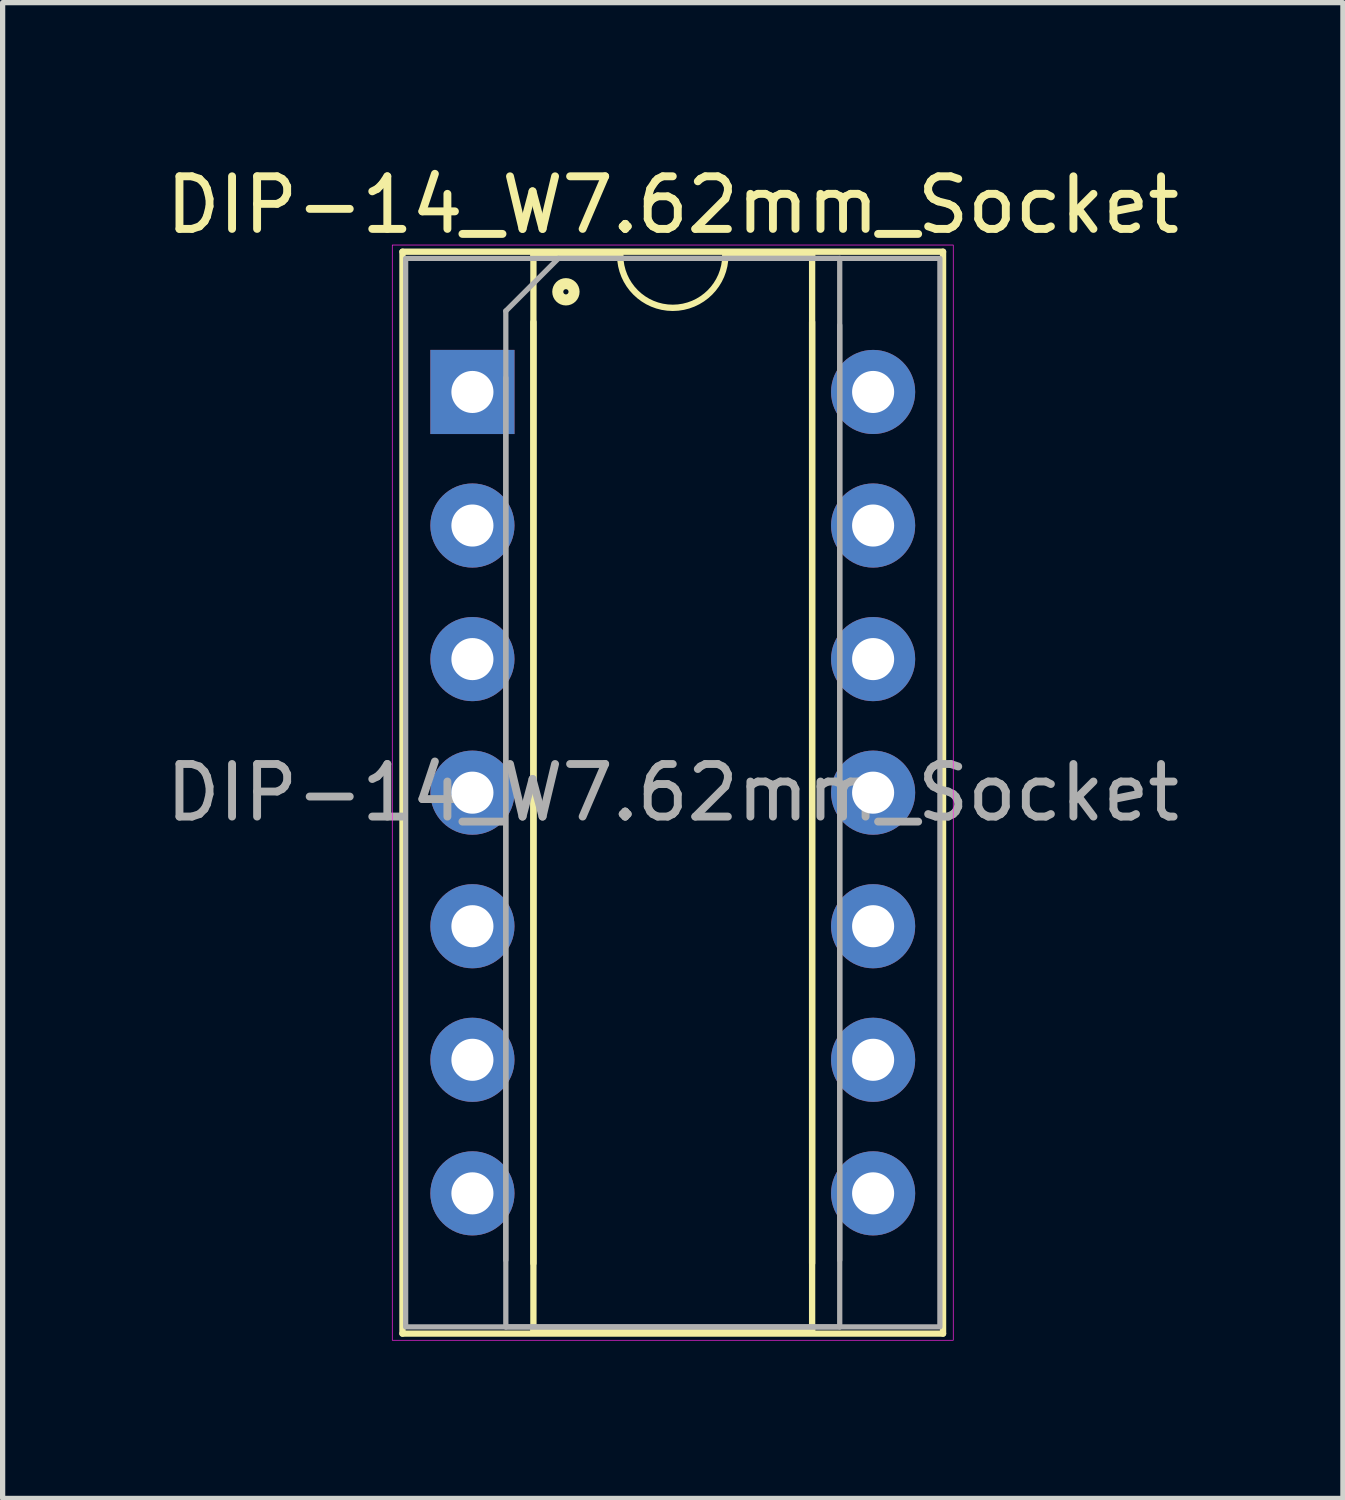
<source format=kicad_pcb>
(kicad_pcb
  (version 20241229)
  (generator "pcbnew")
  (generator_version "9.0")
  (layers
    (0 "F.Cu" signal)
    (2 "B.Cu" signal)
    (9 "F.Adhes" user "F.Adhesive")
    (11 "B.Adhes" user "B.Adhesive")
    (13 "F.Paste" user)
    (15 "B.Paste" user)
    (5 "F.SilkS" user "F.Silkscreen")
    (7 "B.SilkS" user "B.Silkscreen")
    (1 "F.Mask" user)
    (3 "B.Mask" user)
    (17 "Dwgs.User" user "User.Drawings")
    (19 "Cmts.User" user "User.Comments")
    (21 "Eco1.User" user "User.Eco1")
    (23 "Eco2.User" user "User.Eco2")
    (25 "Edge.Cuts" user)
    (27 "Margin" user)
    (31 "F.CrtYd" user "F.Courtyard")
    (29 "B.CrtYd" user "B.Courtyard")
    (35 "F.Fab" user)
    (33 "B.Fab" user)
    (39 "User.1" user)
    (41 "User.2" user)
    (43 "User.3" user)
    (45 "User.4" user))
  (footprint "DIP-14_W7.62mm_Socket"
    (layer "F.Cu")
    (at 5.934 4.404)
    (property "Reference" "DIP-14_W7.62mm_Socket" (at 3.81 -3.556 0) (layer "F.SilkS") (effects (font (size 1 1) (thickness 0.15))))
    (attr through_hole)
    (fp_line (start -1.33 -2.667) (end -1.33 17.907) (stroke (width 0.12) (type solid)) (layer "F.SilkS"))
    (fp_line (start -1.33 17.907) (end 8.95 17.907) (stroke (width 0.12) (type solid)) (layer "F.SilkS"))
    (fp_line (start 1.16 -2.6) (end 1.16 17.84) (stroke (width 0.12) (type solid)) (layer "F.SilkS"))
    (fp_line (start 1.16 -1.33) (end 1.16 16.57) (stroke (width 0.12) (type solid)) (layer "F.SilkS"))
    (fp_line (start 1.16 17.84) (end 6.46 17.84) (stroke (width 0.12) (type solid)) (layer "F.SilkS"))
    (fp_line (start 2.81 -2.6) (end 1.16 -2.6) (stroke (width 0.12) (type solid)) (layer "F.SilkS"))
    (fp_line (start 6.46 -2.6) (end 4.81 -2.6) (stroke (width 0.12) (type solid)) (layer "F.SilkS"))
    (fp_line (start 6.46 16.57) (end 6.46 -1.33) (stroke (width 0.12) (type solid)) (layer "F.SilkS"))
    (fp_line (start 6.46 17.84) (end 6.46 -2.6) (stroke (width 0.12) (type solid)) (layer "F.SilkS"))
    (fp_line (start 8.95 -2.667) (end -1.33 -2.667) (stroke (width 0.12) (type solid)) (layer "F.SilkS"))
    (fp_line (start 8.95 17.907) (end 8.95 -2.667) (stroke (width 0.12) (type solid)) (layer "F.SilkS"))
    (fp_arc (start 4.81 -2.6) (mid 3.81 -1.6) (end 2.81 -2.6) (stroke (width 0.12) (type solid)) (layer "F.SilkS"))
    (fp_circle (center 1.778 -1.905) (end 1.828 -1.905) (stroke (width 0.12) (type solid)) (fill no) (layer "F.SilkS"))
    (fp_circle (center 1.778 -1.905) (end 1.903 -1.905) (stroke (width 0.12) (type solid)) (fill no) (layer "F.SilkS"))
    (fp_circle (center 1.778 -1.905) (end 1.978 -1.905) (stroke (width 0.12) (type solid)) (fill no) (layer "F.SilkS"))
    (fp_rect (start -1.524 -2.794) (end 9.144 18.034) (stroke (width 0.013) (type solid)) (fill no) (layer "F.CrtYd"))
    (fp_line (start 0.635 -1.54) (end 1.635 -2.54) (stroke (width 0.1) (type solid)) (layer "F.Fab"))
    (fp_line (start 0.635 16.51) (end 0.635 -0.27) (stroke (width 0.1) (type solid)) (layer "F.Fab"))
    (fp_line (start 0.635 17.78) (end 0.635 -1.54) (stroke (width 0.1) (type solid)) (layer "F.Fab"))
    (fp_line (start 1.635 -2.54) (end 6.985 -2.54) (stroke (width 0.1) (type solid)) (layer "F.Fab"))
    (fp_line (start 6.985 -2.54) (end 6.985 17.78) (stroke (width 0.1) (type solid)) (layer "F.Fab"))
    (fp_line (start 6.985 -1.27) (end 6.985 16.51) (stroke (width 0.1) (type solid)) (layer "F.Fab"))
    (fp_line (start 6.985 17.78) (end 0.635 17.78) (stroke (width 0.1) (type solid)) (layer "F.Fab"))
    (fp_rect (start -1.27 -2.54) (end 8.89 17.78) (stroke (width 0.1) (type solid)) (fill no) (layer "F.Fab"))
    (fp_text user "${REFERENCE}" (at 3.81 7.62 0) (layer "F.Fab") (effects (font (size 1 1) (thickness 0.15))))
    (pad "1" thru_hole rect (at 0 0) (size 1.6 1.6) (drill 0.8) (layers "*.Cu" "*.Mask"))
    (pad "2" thru_hole oval (at 0 2.54) (size 1.6 1.6) (drill 0.8) (layers "*.Cu" "*.Mask"))
    (pad "3" thru_hole oval (at 0 5.08) (size 1.6 1.6) (drill 0.8) (layers "*.Cu" "*.Mask"))
    (pad "4" thru_hole oval (at 0 7.62) (size 1.6 1.6) (drill 0.8) (layers "*.Cu" "*.Mask"))
    (pad "5" thru_hole oval (at 0 10.16) (size 1.6 1.6) (drill 0.8) (layers "*.Cu" "*.Mask"))
    (pad "6" thru_hole oval (at 0 12.7) (size 1.6 1.6) (drill 0.8) (layers "*.Cu" "*.Mask"))
    (pad "7" thru_hole oval (at 0 15.24) (size 1.6 1.6) (drill 0.8) (layers "*.Cu" "*.Mask"))
    (pad "8" thru_hole oval (at 7.62 15.24) (size 1.6 1.6) (drill 0.8) (layers "*.Cu" "*.Mask"))
    (pad "9" thru_hole oval (at 7.62 12.7) (size 1.6 1.6) (drill 0.8) (layers "*.Cu" "*.Mask"))
    (pad "10" thru_hole oval (at 7.62 10.16) (size 1.6 1.6) (drill 0.8) (layers "*.Cu" "*.Mask"))
    (pad "11" thru_hole oval (at 7.62 7.62) (size 1.6 1.6) (drill 0.8) (layers "*.Cu" "*.Mask"))
    (pad "12" thru_hole oval (at 7.62 5.08) (size 1.6 1.6) (drill 0.8) (layers "*.Cu" "*.Mask"))
    (pad "13" thru_hole oval (at 7.62 2.54) (size 1.6 1.6) (drill 0.8) (layers "*.Cu" "*.Mask"))
    (pad "14" thru_hole oval (at 7.62 0) (size 1.6 1.6) (drill 0.8) (layers "*.Cu" "*.Mask")))
  (gr_rect
    (start -3 -3)
    (end 22.488 25.445)
    (stroke (width 0.1) (type default))
    (fill no)
    (layer "Edge.Cuts")))
</source>
